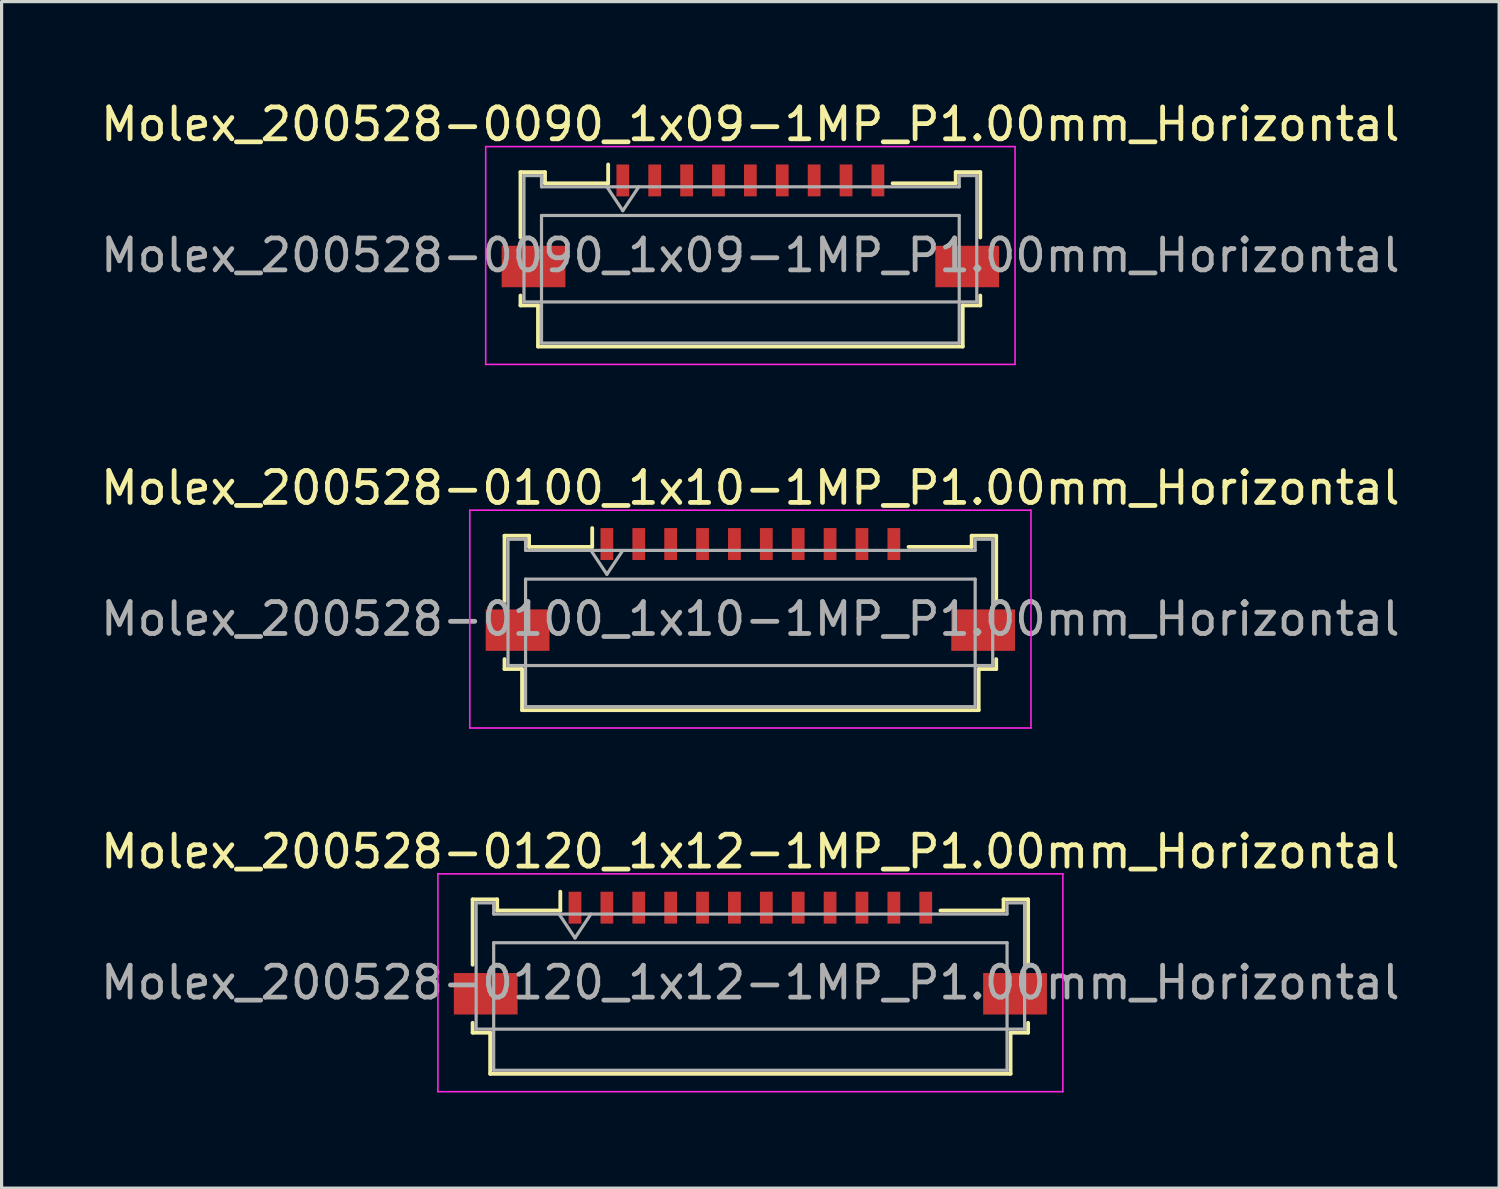
<source format=kicad_pcb>
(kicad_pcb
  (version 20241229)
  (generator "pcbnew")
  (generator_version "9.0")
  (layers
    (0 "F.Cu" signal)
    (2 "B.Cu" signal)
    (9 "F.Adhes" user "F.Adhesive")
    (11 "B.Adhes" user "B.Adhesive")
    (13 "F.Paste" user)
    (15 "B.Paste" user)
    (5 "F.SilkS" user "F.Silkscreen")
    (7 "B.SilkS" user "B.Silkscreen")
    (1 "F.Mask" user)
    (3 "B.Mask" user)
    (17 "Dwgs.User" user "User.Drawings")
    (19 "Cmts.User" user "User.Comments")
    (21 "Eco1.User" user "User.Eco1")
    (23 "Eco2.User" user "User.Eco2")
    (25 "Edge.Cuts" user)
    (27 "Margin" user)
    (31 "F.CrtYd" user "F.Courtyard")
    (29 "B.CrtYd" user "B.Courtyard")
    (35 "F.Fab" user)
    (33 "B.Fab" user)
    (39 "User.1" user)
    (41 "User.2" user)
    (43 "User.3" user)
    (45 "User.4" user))
  (footprint "Molex_200528-0100_1x10-1MP_P1.00mm_Horizontal"
    (layer "F.Cu")
    (at 20.482 14.921)
    (property "Reference" "Molex_200528-0100_1x10-1MP_P1.00mm_Horizontal" (at 0 -2.67 0) (layer "F.SilkS") (effects (font (size 1 1) (thickness 0.15))))
    (attr smd)
    (fp_line (start -7.71 -1.17) (end -7.71 0.88) (stroke (width 0.12) (type solid)) (layer "F.SilkS"))
    (fp_line (start -7.71 2.7) (end -7.71 3.01) (stroke (width 0.12) (type solid)) (layer "F.SilkS"))
    (fp_line (start -7.71 3.01) (end -7.16 3.01) (stroke (width 0.12) (type solid)) (layer "F.SilkS"))
    (fp_line (start -7.16 3.01) (end -7.16 4.3) (stroke (width 0.12) (type solid)) (layer "F.SilkS"))
    (fp_line (start -7.16 4.3) (end 7.16 4.3) (stroke (width 0.12) (type solid)) (layer "F.SilkS"))
    (fp_line (start -6.94 -1.17) (end -7.71 -1.17) (stroke (width 0.12) (type solid)) (layer "F.SilkS"))
    (fp_line (start -6.94 -0.82) (end -6.94 -1.17) (stroke (width 0.12) (type solid)) (layer "F.SilkS"))
    (fp_line (start -4.96 -1.41) (end -4.96 -0.82) (stroke (width 0.12) (type solid)) (layer "F.SilkS"))
    (fp_line (start -4.96 -0.82) (end -6.94 -0.82) (stroke (width 0.12) (type solid)) (layer "F.SilkS"))
    (fp_line (start 6.94 -1.17) (end 6.94 -0.82) (stroke (width 0.12) (type solid)) (layer "F.SilkS"))
    (fp_line (start 6.94 -0.82) (end 4.96 -0.82) (stroke (width 0.12) (type solid)) (layer "F.SilkS"))
    (fp_line (start 7.16 3.01) (end 7.71 3.01) (stroke (width 0.12) (type solid)) (layer "F.SilkS"))
    (fp_line (start 7.16 4.3) (end 7.16 3.01) (stroke (width 0.12) (type solid)) (layer "F.SilkS"))
    (fp_line (start 7.71 -1.17) (end 6.94 -1.17) (stroke (width 0.12) (type solid)) (layer "F.SilkS"))
    (fp_line (start 7.71 0.88) (end 7.71 -1.17) (stroke (width 0.12) (type solid)) (layer "F.SilkS"))
    (fp_line (start 7.71 3.01) (end 7.71 2.7) (stroke (width 0.12) (type solid)) (layer "F.SilkS"))
    (fp_line (start -8.8 -1.97) (end -8.8 4.86) (stroke (width 0.05) (type solid)) (layer "F.CrtYd"))
    (fp_line (start -8.8 4.86) (end 8.8 4.86) (stroke (width 0.05) (type solid)) (layer "F.CrtYd"))
    (fp_line (start 8.8 -1.97) (end -8.8 -1.97) (stroke (width 0.05) (type solid)) (layer "F.CrtYd"))
    (fp_line (start 8.8 4.86) (end 8.8 -1.97) (stroke (width 0.05) (type solid)) (layer "F.CrtYd"))
    (fp_line (start -7.6 -1.06) (end -7.6 2.9) (stroke (width 0.1) (type solid)) (layer "F.Fab"))
    (fp_line (start -7.6 2.9) (end 7.6 2.9) (stroke (width 0.1) (type solid)) (layer "F.Fab"))
    (fp_line (start -7.05 -1.06) (end -7.6 -1.06) (stroke (width 0.1) (type solid)) (layer "F.Fab"))
    (fp_line (start -7.05 -0.71) (end -7.05 -1.06) (stroke (width 0.1) (type solid)) (layer "F.Fab"))
    (fp_line (start -7.05 0.19) (end -7.05 4.19) (stroke (width 0.1) (type solid)) (layer "F.Fab"))
    (fp_line (start -7.05 4.19) (end 7.05 4.19) (stroke (width 0.1) (type solid)) (layer "F.Fab"))
    (fp_line (start -5 -0.71) (end -4.5 0.04) (stroke (width 0.1) (type solid)) (layer "F.Fab"))
    (fp_line (start -4.5 0.04) (end -4 -0.71) (stroke (width 0.1) (type solid)) (layer "F.Fab"))
    (fp_line (start 7.05 -1.06) (end 7.05 -0.71) (stroke (width 0.1) (type solid)) (layer "F.Fab"))
    (fp_line (start 7.05 -0.71) (end -7.05 -0.71) (stroke (width 0.1) (type solid)) (layer "F.Fab"))
    (fp_line (start 7.05 0.19) (end -7.05 0.19) (stroke (width 0.1) (type solid)) (layer "F.Fab"))
    (fp_line (start 7.05 4.19) (end 7.05 0.19) (stroke (width 0.1) (type solid)) (layer "F.Fab"))
    (fp_line (start 7.6 -1.06) (end 7.05 -1.06) (stroke (width 0.1) (type solid)) (layer "F.Fab"))
    (fp_line (start 7.6 2.9) (end 7.6 -1.06) (stroke (width 0.1) (type solid)) (layer "F.Fab"))
    (fp_text user "${REFERENCE}" (at 0 1.44 0) (layer "F.Fab") (effects (font (size 1 1) (thickness 0.15))))
    (pad "1" smd rect (at -4.5 -0.91) (size 0.4 1) (layers "F.Cu" "F.Mask" "F.Paste"))
    (pad "2" smd rect (at -3.5 -0.91) (size 0.4 1) (layers "F.Cu" "F.Mask" "F.Paste"))
    (pad "3" smd rect (at -2.5 -0.91) (size 0.4 1) (layers "F.Cu" "F.Mask" "F.Paste"))
    (pad "4" smd rect (at -1.5 -0.91) (size 0.4 1) (layers "F.Cu" "F.Mask" "F.Paste"))
    (pad "5" smd rect (at -0.5 -0.91) (size 0.4 1) (layers "F.Cu" "F.Mask" "F.Paste"))
    (pad "6" smd rect (at 0.5 -0.91) (size 0.4 1) (layers "F.Cu" "F.Mask" "F.Paste"))
    (pad "7" smd rect (at 1.5 -0.91) (size 0.4 1) (layers "F.Cu" "F.Mask" "F.Paste"))
    (pad "8" smd rect (at 2.5 -0.91) (size 0.4 1) (layers "F.Cu" "F.Mask" "F.Paste"))
    (pad "9" smd rect (at 3.5 -0.91) (size 0.4 1) (layers "F.Cu" "F.Mask" "F.Paste"))
    (pad "10" smd rect (at 4.5 -0.91) (size 0.4 1) (layers "F.Cu" "F.Mask" "F.Paste"))
    (pad "MP" smd rect (at -7.3 1.79) (size 2 1.3) (layers "F.Cu" "F.Mask" "F.Paste"))
    (pad "MP" smd rect (at 7.3 1.79) (size 2 1.3) (layers "F.Cu" "F.Mask" "F.Paste")))
  (footprint "Molex_200528-0090_1x09-1MP_P1.00mm_Horizontal"
    (layer "F.Cu")
    (at 20.482 3.518)
    (property "Reference" "Molex_200528-0090_1x09-1MP_P1.00mm_Horizontal" (at 0 -2.67 0) (layer "F.SilkS") (effects (font (size 1 1) (thickness 0.15))))
    (attr smd)
    (fp_line (start -7.21 -1.17) (end -7.21 0.88) (stroke (width 0.12) (type solid)) (layer "F.SilkS"))
    (fp_line (start -7.21 2.7) (end -7.21 3.01) (stroke (width 0.12) (type solid)) (layer "F.SilkS"))
    (fp_line (start -7.21 3.01) (end -6.66 3.01) (stroke (width 0.12) (type solid)) (layer "F.SilkS"))
    (fp_line (start -6.66 3.01) (end -6.66 4.3) (stroke (width 0.12) (type solid)) (layer "F.SilkS"))
    (fp_line (start -6.66 4.3) (end 6.66 4.3) (stroke (width 0.12) (type solid)) (layer "F.SilkS"))
    (fp_line (start -6.44 -1.17) (end -7.21 -1.17) (stroke (width 0.12) (type solid)) (layer "F.SilkS"))
    (fp_line (start -6.44 -0.82) (end -6.44 -1.17) (stroke (width 0.12) (type solid)) (layer "F.SilkS"))
    (fp_line (start -4.46 -1.41) (end -4.46 -0.82) (stroke (width 0.12) (type solid)) (layer "F.SilkS"))
    (fp_line (start -4.46 -0.82) (end -6.44 -0.82) (stroke (width 0.12) (type solid)) (layer "F.SilkS"))
    (fp_line (start 6.44 -1.17) (end 6.44 -0.82) (stroke (width 0.12) (type solid)) (layer "F.SilkS"))
    (fp_line (start 6.44 -0.82) (end 4.46 -0.82) (stroke (width 0.12) (type solid)) (layer "F.SilkS"))
    (fp_line (start 6.66 3.01) (end 7.21 3.01) (stroke (width 0.12) (type solid)) (layer "F.SilkS"))
    (fp_line (start 6.66 4.3) (end 6.66 3.01) (stroke (width 0.12) (type solid)) (layer "F.SilkS"))
    (fp_line (start 7.21 -1.17) (end 6.44 -1.17) (stroke (width 0.12) (type solid)) (layer "F.SilkS"))
    (fp_line (start 7.21 0.88) (end 7.21 -1.17) (stroke (width 0.12) (type solid)) (layer "F.SilkS"))
    (fp_line (start 7.21 3.01) (end 7.21 2.7) (stroke (width 0.12) (type solid)) (layer "F.SilkS"))
    (fp_line (start -8.3 -1.97) (end -8.3 4.86) (stroke (width 0.05) (type solid)) (layer "F.CrtYd"))
    (fp_line (start -8.3 4.86) (end 8.3 4.86) (stroke (width 0.05) (type solid)) (layer "F.CrtYd"))
    (fp_line (start 8.3 -1.97) (end -8.3 -1.97) (stroke (width 0.05) (type solid)) (layer "F.CrtYd"))
    (fp_line (start 8.3 4.86) (end 8.3 -1.97) (stroke (width 0.05) (type solid)) (layer "F.CrtYd"))
    (fp_line (start -7.1 -1.06) (end -7.1 2.9) (stroke (width 0.1) (type solid)) (layer "F.Fab"))
    (fp_line (start -7.1 2.9) (end 7.1 2.9) (stroke (width 0.1) (type solid)) (layer "F.Fab"))
    (fp_line (start -6.55 -1.06) (end -7.1 -1.06) (stroke (width 0.1) (type solid)) (layer "F.Fab"))
    (fp_line (start -6.55 -0.71) (end -6.55 -1.06) (stroke (width 0.1) (type solid)) (layer "F.Fab"))
    (fp_line (start -6.55 0.19) (end -6.55 4.19) (stroke (width 0.1) (type solid)) (layer "F.Fab"))
    (fp_line (start -6.55 4.19) (end 6.55 4.19) (stroke (width 0.1) (type solid)) (layer "F.Fab"))
    (fp_line (start -4.5 -0.71) (end -4 0.04) (stroke (width 0.1) (type solid)) (layer "F.Fab"))
    (fp_line (start -4 0.04) (end -3.5 -0.71) (stroke (width 0.1) (type solid)) (layer "F.Fab"))
    (fp_line (start 6.55 -1.06) (end 6.55 -0.71) (stroke (width 0.1) (type solid)) (layer "F.Fab"))
    (fp_line (start 6.55 -0.71) (end -6.55 -0.71) (stroke (width 0.1) (type solid)) (layer "F.Fab"))
    (fp_line (start 6.55 0.19) (end -6.55 0.19) (stroke (width 0.1) (type solid)) (layer "F.Fab"))
    (fp_line (start 6.55 4.19) (end 6.55 0.19) (stroke (width 0.1) (type solid)) (layer "F.Fab"))
    (fp_line (start 7.1 -1.06) (end 6.55 -1.06) (stroke (width 0.1) (type solid)) (layer "F.Fab"))
    (fp_line (start 7.1 2.9) (end 7.1 -1.06) (stroke (width 0.1) (type solid)) (layer "F.Fab"))
    (fp_text user "${REFERENCE}" (at 0 1.44 0) (layer "F.Fab") (effects (font (size 1 1) (thickness 0.15))))
    (pad "1" smd rect (at -4 -0.91) (size 0.4 1) (layers "F.Cu" "F.Mask" "F.Paste"))
    (pad "2" smd rect (at -3 -0.91) (size 0.4 1) (layers "F.Cu" "F.Mask" "F.Paste"))
    (pad "3" smd rect (at -2 -0.91) (size 0.4 1) (layers "F.Cu" "F.Mask" "F.Paste"))
    (pad "4" smd rect (at -1 -0.91) (size 0.4 1) (layers "F.Cu" "F.Mask" "F.Paste"))
    (pad "5" smd rect (at 0 -0.91) (size 0.4 1) (layers "F.Cu" "F.Mask" "F.Paste"))
    (pad "6" smd rect (at 1 -0.91) (size 0.4 1) (layers "F.Cu" "F.Mask" "F.Paste"))
    (pad "7" smd rect (at 2 -0.91) (size 0.4 1) (layers "F.Cu" "F.Mask" "F.Paste"))
    (pad "8" smd rect (at 3 -0.91) (size 0.4 1) (layers "F.Cu" "F.Mask" "F.Paste"))
    (pad "9" smd rect (at 4 -0.91) (size 0.4 1) (layers "F.Cu" "F.Mask" "F.Paste"))
    (pad "MP" smd rect (at -6.8 1.79) (size 2 1.3) (layers "F.Cu" "F.Mask" "F.Paste"))
    (pad "MP" smd rect (at 6.8 1.79) (size 2 1.3) (layers "F.Cu" "F.Mask" "F.Paste")))
  (footprint "Molex_200528-0120_1x12-1MP_P1.00mm_Horizontal"
    (layer "F.Cu")
    (at 20.482 26.325)
    (property "Reference" "Molex_200528-0120_1x12-1MP_P1.00mm_Horizontal" (at 0 -2.67 0) (layer "F.SilkS") (effects (font (size 1 1) (thickness 0.15))))
    (attr smd)
    (fp_line (start -8.71 -1.17) (end -8.71 0.88) (stroke (width 0.12) (type solid)) (layer "F.SilkS"))
    (fp_line (start -8.71 2.7) (end -8.71 3.01) (stroke (width 0.12) (type solid)) (layer "F.SilkS"))
    (fp_line (start -8.71 3.01) (end -8.16 3.01) (stroke (width 0.12) (type solid)) (layer "F.SilkS"))
    (fp_line (start -8.16 3.01) (end -8.16 4.3) (stroke (width 0.12) (type solid)) (layer "F.SilkS"))
    (fp_line (start -8.16 4.3) (end 8.16 4.3) (stroke (width 0.12) (type solid)) (layer "F.SilkS"))
    (fp_line (start -7.94 -1.17) (end -8.71 -1.17) (stroke (width 0.12) (type solid)) (layer "F.SilkS"))
    (fp_line (start -7.94 -0.82) (end -7.94 -1.17) (stroke (width 0.12) (type solid)) (layer "F.SilkS"))
    (fp_line (start -5.96 -1.41) (end -5.96 -0.82) (stroke (width 0.12) (type solid)) (layer "F.SilkS"))
    (fp_line (start -5.96 -0.82) (end -7.94 -0.82) (stroke (width 0.12) (type solid)) (layer "F.SilkS"))
    (fp_line (start 7.94 -1.17) (end 7.94 -0.82) (stroke (width 0.12) (type solid)) (layer "F.SilkS"))
    (fp_line (start 7.94 -0.82) (end 5.96 -0.82) (stroke (width 0.12) (type solid)) (layer "F.SilkS"))
    (fp_line (start 8.16 3.01) (end 8.71 3.01) (stroke (width 0.12) (type solid)) (layer "F.SilkS"))
    (fp_line (start 8.16 4.3) (end 8.16 3.01) (stroke (width 0.12) (type solid)) (layer "F.SilkS"))
    (fp_line (start 8.71 -1.17) (end 7.94 -1.17) (stroke (width 0.12) (type solid)) (layer "F.SilkS"))
    (fp_line (start 8.71 0.88) (end 8.71 -1.17) (stroke (width 0.12) (type solid)) (layer "F.SilkS"))
    (fp_line (start 8.71 3.01) (end 8.71 2.7) (stroke (width 0.12) (type solid)) (layer "F.SilkS"))
    (fp_line (start -9.8 -1.97) (end -9.8 4.86) (stroke (width 0.05) (type solid)) (layer "F.CrtYd"))
    (fp_line (start -9.8 4.86) (end 9.8 4.86) (stroke (width 0.05) (type solid)) (layer "F.CrtYd"))
    (fp_line (start 9.8 -1.97) (end -9.8 -1.97) (stroke (width 0.05) (type solid)) (layer "F.CrtYd"))
    (fp_line (start 9.8 4.86) (end 9.8 -1.97) (stroke (width 0.05) (type solid)) (layer "F.CrtYd"))
    (fp_line (start -8.6 -1.06) (end -8.6 2.9) (stroke (width 0.1) (type solid)) (layer "F.Fab"))
    (fp_line (start -8.6 2.9) (end 8.6 2.9) (stroke (width 0.1) (type solid)) (layer "F.Fab"))
    (fp_line (start -8.05 -1.06) (end -8.6 -1.06) (stroke (width 0.1) (type solid)) (layer "F.Fab"))
    (fp_line (start -8.05 -0.71) (end -8.05 -1.06) (stroke (width 0.1) (type solid)) (layer "F.Fab"))
    (fp_line (start -8.05 0.19) (end -8.05 4.19) (stroke (width 0.1) (type solid)) (layer "F.Fab"))
    (fp_line (start -8.05 4.19) (end 8.05 4.19) (stroke (width 0.1) (type solid)) (layer "F.Fab"))
    (fp_line (start -6 -0.71) (end -5.5 0.04) (stroke (width 0.1) (type solid)) (layer "F.Fab"))
    (fp_line (start -5.5 0.04) (end -5 -0.71) (stroke (width 0.1) (type solid)) (layer "F.Fab"))
    (fp_line (start 8.05 -1.06) (end 8.05 -0.71) (stroke (width 0.1) (type solid)) (layer "F.Fab"))
    (fp_line (start 8.05 -0.71) (end -8.05 -0.71) (stroke (width 0.1) (type solid)) (layer "F.Fab"))
    (fp_line (start 8.05 0.19) (end -8.05 0.19) (stroke (width 0.1) (type solid)) (layer "F.Fab"))
    (fp_line (start 8.05 4.19) (end 8.05 0.19) (stroke (width 0.1) (type solid)) (layer "F.Fab"))
    (fp_line (start 8.6 -1.06) (end 8.05 -1.06) (stroke (width 0.1) (type solid)) (layer "F.Fab"))
    (fp_line (start 8.6 2.9) (end 8.6 -1.06) (stroke (width 0.1) (type solid)) (layer "F.Fab"))
    (fp_text user "${REFERENCE}" (at 0 1.44 0) (layer "F.Fab") (effects (font (size 1 1) (thickness 0.15))))
    (pad "1" smd rect (at -5.5 -0.91) (size 0.4 1) (layers "F.Cu" "F.Mask" "F.Paste"))
    (pad "2" smd rect (at -4.5 -0.91) (size 0.4 1) (layers "F.Cu" "F.Mask" "F.Paste"))
    (pad "3" smd rect (at -3.5 -0.91) (size 0.4 1) (layers "F.Cu" "F.Mask" "F.Paste"))
    (pad "4" smd rect (at -2.5 -0.91) (size 0.4 1) (layers "F.Cu" "F.Mask" "F.Paste"))
    (pad "5" smd rect (at -1.5 -0.91) (size 0.4 1) (layers "F.Cu" "F.Mask" "F.Paste"))
    (pad "6" smd rect (at -0.5 -0.91) (size 0.4 1) (layers "F.Cu" "F.Mask" "F.Paste"))
    (pad "7" smd rect (at 0.5 -0.91) (size 0.4 1) (layers "F.Cu" "F.Mask" "F.Paste"))
    (pad "8" smd rect (at 1.5 -0.91) (size 0.4 1) (layers "F.Cu" "F.Mask" "F.Paste"))
    (pad "9" smd rect (at 2.5 -0.91) (size 0.4 1) (layers "F.Cu" "F.Mask" "F.Paste"))
    (pad "10" smd rect (at 3.5 -0.91) (size 0.4 1) (layers "F.Cu" "F.Mask" "F.Paste"))
    (pad "11" smd rect (at 4.5 -0.91) (size 0.4 1) (layers "F.Cu" "F.Mask" "F.Paste"))
    (pad "12" smd rect (at 5.5 -0.91) (size 0.4 1) (layers "F.Cu" "F.Mask" "F.Paste"))
    (pad "MP" smd rect (at -8.3 1.79) (size 2 1.3) (layers "F.Cu" "F.Mask" "F.Paste"))
    (pad "MP" smd rect (at 8.3 1.79) (size 2 1.3) (layers "F.Cu" "F.Mask" "F.Paste")))
  (gr_rect
    (start -3 -3)
    (end 43.964 34.21)
    (stroke (width 0.1) (type default))
    (fill no)
    (layer "Edge.Cuts")))
</source>
